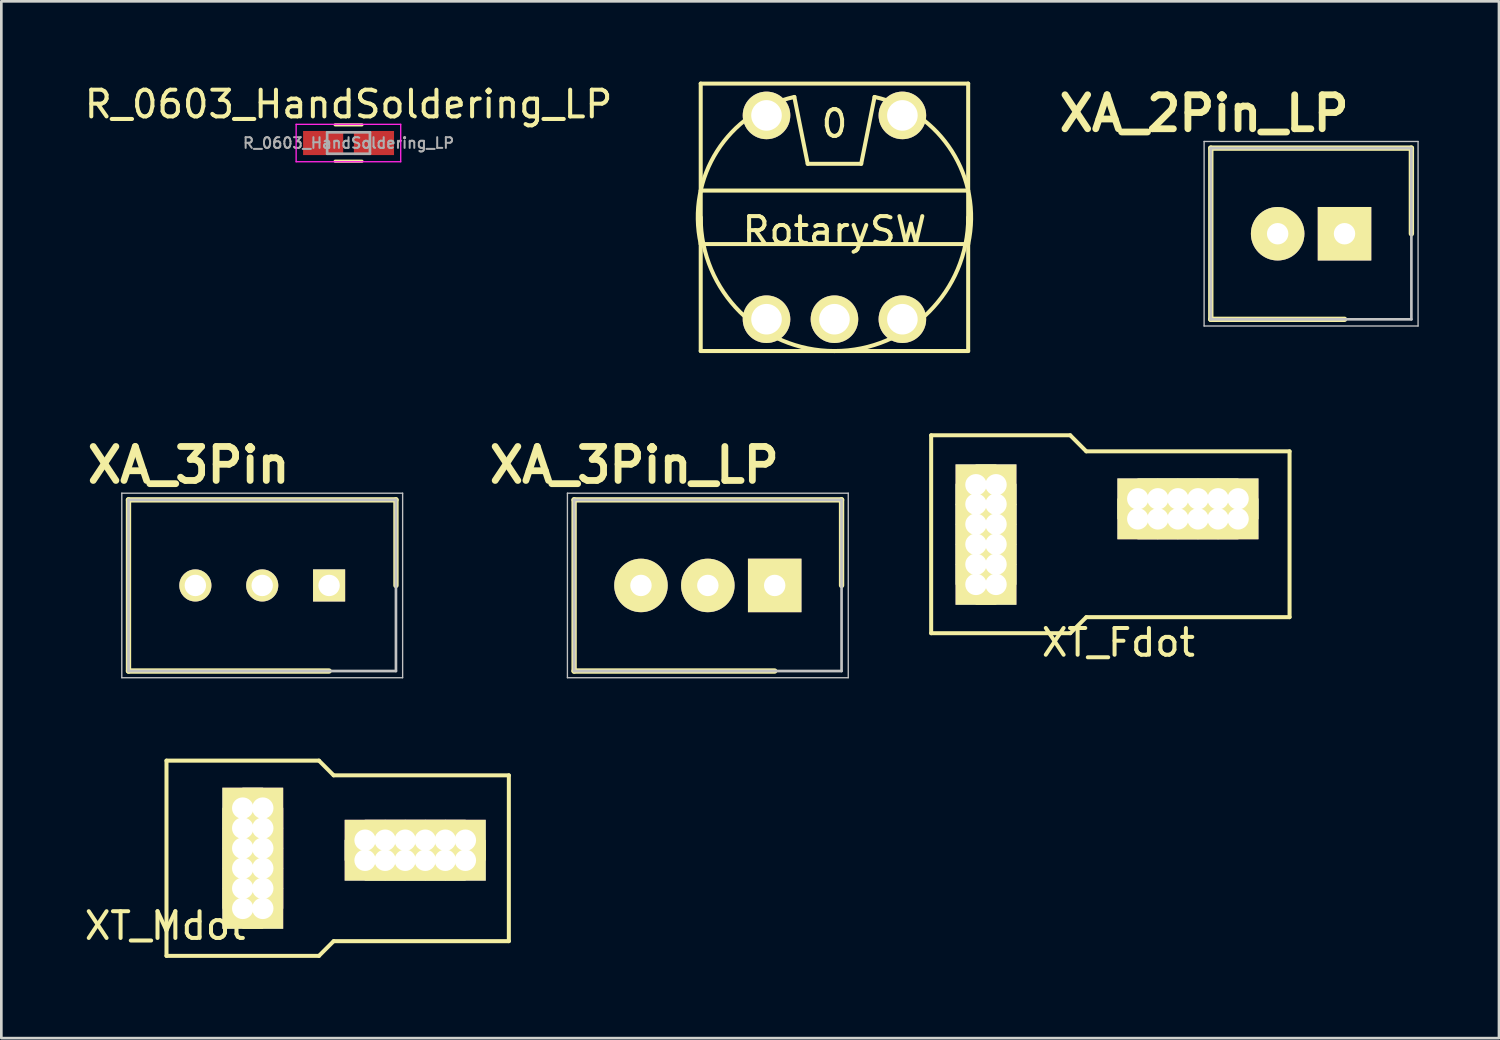
<source format=kicad_pcb>
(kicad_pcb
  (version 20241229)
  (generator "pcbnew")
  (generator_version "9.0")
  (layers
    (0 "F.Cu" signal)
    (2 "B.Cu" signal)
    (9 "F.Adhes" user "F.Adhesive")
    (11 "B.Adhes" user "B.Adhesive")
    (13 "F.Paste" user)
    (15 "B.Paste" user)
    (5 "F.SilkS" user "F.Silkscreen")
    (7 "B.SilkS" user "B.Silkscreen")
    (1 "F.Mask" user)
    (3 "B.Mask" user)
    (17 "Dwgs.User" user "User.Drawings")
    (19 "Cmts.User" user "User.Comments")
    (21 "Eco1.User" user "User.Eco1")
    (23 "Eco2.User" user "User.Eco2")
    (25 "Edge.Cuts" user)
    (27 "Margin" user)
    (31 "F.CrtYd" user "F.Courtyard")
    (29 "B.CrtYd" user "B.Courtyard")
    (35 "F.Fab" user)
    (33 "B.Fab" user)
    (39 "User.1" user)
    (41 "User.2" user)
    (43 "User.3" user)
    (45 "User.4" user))
  (footprint "XT_Mdot"
    (layer "F.Cu")
    (at 6.375 29.039)
    (property "Reference" "XT_Mdot" (at -3.25 2.525 0) (layer "F.SilkS") (effects (font (size 1 1) (thickness 0.15))))
    (attr through_hole)
    (fp_line (start -3.2 -3.65) (end -3.2 3.65) (stroke (width 0.15) (type solid)) (layer "F.SilkS"))
    (fp_line (start -3.2 3.65) (end 2.5 3.65) (stroke (width 0.15) (type solid)) (layer "F.SilkS"))
    (fp_line (start 2.5 -3.65) (end -3.2 -3.65) (stroke (width 0.15) (type solid)) (layer "F.SilkS"))
    (fp_line (start 2.5 3.65) (end 3.05 3.1) (stroke (width 0.15) (type solid)) (layer "F.SilkS"))
    (fp_line (start 3.05 -3.1) (end 2.5 -3.65) (stroke (width 0.15) (type solid)) (layer "F.SilkS"))
    (fp_line (start 3.05 3.1) (end 9.6 3.1) (stroke (width 0.15) (type solid)) (layer "F.SilkS"))
    (fp_line (start 9.6 -3.1) (end 3.05 -3.1) (stroke (width 0.15) (type solid)) (layer "F.SilkS"))
    (fp_line (start 9.6 3.1) (end 9.6 -3.1) (stroke (width 0.15) (type solid)) (layer "F.SilkS"))
    (pad "1" thru_hole rect (at -0.35 -1.875) (size 1.524 1.524) (drill 0.8) (layers "*.Cu" "*.Mask" "F.SilkS"))
    (pad "1" thru_hole rect (at -0.35 -1.125) (size 1.524 1.524) (drill 0.8) (layers "*.Cu" "*.Mask" "F.SilkS"))
    (pad "1" thru_hole rect (at -0.35 -0.375) (size 1.524 1.524) (drill 0.8) (layers "*.Cu" "*.Mask" "F.SilkS"))
    (pad "1" thru_hole rect (at -0.35 0.375) (size 1.524 1.524) (drill 0.8) (layers "*.Cu" "*.Mask" "F.SilkS"))
    (pad "1" thru_hole rect (at -0.35 1.125) (size 1.524 1.524) (drill 0.8) (layers "*.Cu" "*.Mask" "F.SilkS"))
    (pad "1" thru_hole rect (at -0.35 1.875) (size 1.524 1.524) (drill 0.8) (layers "*.Cu" "*.Mask" "F.SilkS"))
    (pad "1" thru_hole rect (at 0.4 -1.875) (size 1.524 1.524) (drill 0.8) (layers "*.Cu" "*.Mask" "F.SilkS"))
    (pad "1" thru_hole rect (at 0.4 -1.125) (size 1.524 1.524) (drill 0.8) (layers "*.Cu" "*.Mask" "F.SilkS"))
    (pad "1" thru_hole rect (at 0.4 -0.375) (size 1.524 1.524) (drill 0.8) (layers "*.Cu" "*.Mask" "F.SilkS"))
    (pad "1" thru_hole rect (at 0.4 0.375) (size 1.524 1.524) (drill 0.8) (layers "*.Cu" "*.Mask" "F.SilkS"))
    (pad "1" thru_hole rect (at 0.4 1.125) (size 1.524 1.524) (drill 0.8) (layers "*.Cu" "*.Mask" "F.SilkS"))
    (pad "1" thru_hole rect (at 0.4 1.875) (size 1.524 1.524) (drill 0.8) (layers "*.Cu" "*.Mask" "F.SilkS"))
    (pad "2" thru_hole rect (at 4.225 -0.675) (size 1.524 1.524) (drill 0.8) (layers "*.Cu" "*.Mask" "F.SilkS"))
    (pad "2" thru_hole rect (at 4.225 0.075) (size 1.524 1.524) (drill 0.8) (layers "*.Cu" "*.Mask" "F.SilkS"))
    (pad "2" thru_hole rect (at 4.975 -0.675) (size 1.524 1.524) (drill 0.8) (layers "*.Cu" "*.Mask" "F.SilkS"))
    (pad "2" thru_hole rect (at 4.975 0.075) (size 1.524 1.524) (drill 0.8) (layers "*.Cu" "*.Mask" "F.SilkS"))
    (pad "2" thru_hole rect (at 5.725 -0.675) (size 1.524 1.524) (drill 0.8) (layers "*.Cu" "*.Mask" "F.SilkS"))
    (pad "2" thru_hole rect (at 5.725 0.075) (size 1.524 1.524) (drill 0.8) (layers "*.Cu" "*.Mask" "F.SilkS"))
    (pad "2" thru_hole rect (at 6.475 -0.675) (size 1.524 1.524) (drill 0.8) (layers "*.Cu" "*.Mask" "F.SilkS"))
    (pad "2" thru_hole rect (at 6.475 0.075) (size 1.524 1.524) (drill 0.8) (layers "*.Cu" "*.Mask" "F.SilkS"))
    (pad "2" thru_hole rect (at 7.225 -0.675) (size 1.524 1.524) (drill 0.8) (layers "*.Cu" "*.Mask" "F.SilkS"))
    (pad "2" thru_hole rect (at 7.225 0.075) (size 1.524 1.524) (drill 0.8) (layers "*.Cu" "*.Mask" "F.SilkS"))
    (pad "2" thru_hole rect (at 7.975 -0.675) (size 1.524 1.524) (drill 0.8) (layers "*.Cu" "*.Mask" "F.SilkS"))
    (pad "2" thru_hole rect (at 7.975 0.075) (size 1.524 1.524) (drill 0.8) (layers "*.Cu" "*.Mask" "F.SilkS")))
  (footprint "XT_Fdot"
    (layer "F.Cu")
    (at 33.765 16.925)
    (property "Reference" "XT_Fdot" (at 5 4.05 180) (layer "F.SilkS") (effects (font (size 1 1) (thickness 0.15))))
    (attr through_hole)
    (fp_line (start -2 -3.7) (end 3.2 -3.7) (stroke (width 0.15) (type solid)) (layer "F.SilkS"))
    (fp_line (start -2 3.7) (end -2 -3.7) (stroke (width 0.15) (type solid)) (layer "F.SilkS"))
    (fp_line (start 3.2 -3.7) (end 3.8 -3.1) (stroke (width 0.15) (type solid)) (layer "F.SilkS"))
    (fp_line (start 3.2 3.7) (end -2 3.7) (stroke (width 0.15) (type solid)) (layer "F.SilkS"))
    (fp_line (start 3.8 -3.1) (end 11.4 -3.1) (stroke (width 0.15) (type solid)) (layer "F.SilkS"))
    (fp_line (start 3.8 3.1) (end 3.2 3.7) (stroke (width 0.15) (type solid)) (layer "F.SilkS"))
    (fp_line (start 11.4 -3.1) (end 11.4 3.1) (stroke (width 0.15) (type solid)) (layer "F.SilkS"))
    (fp_line (start 11.4 3.1) (end 3.8 3.1) (stroke (width 0.15) (type solid)) (layer "F.SilkS"))
    (pad "1" thru_hole rect (at -0.325 -1.85) (size 1.524 1.524) (drill 0.8) (layers "*.Cu" "*.Mask" "F.SilkS"))
    (pad "1" thru_hole rect (at -0.325 -1.125) (size 1.524 1.524) (drill 0.8) (layers "*.Cu" "*.Mask" "F.SilkS"))
    (pad "1" thru_hole rect (at -0.325 -0.375) (size 1.524 1.524) (drill 0.8) (layers "*.Cu" "*.Mask" "F.SilkS"))
    (pad "1" thru_hole rect (at -0.325 0.375) (size 1.524 1.524) (drill 0.8) (layers "*.Cu" "*.Mask" "F.SilkS"))
    (pad "1" thru_hole rect (at -0.325 1.125) (size 1.524 1.524) (drill 0.8) (layers "*.Cu" "*.Mask" "F.SilkS"))
    (pad "1" thru_hole rect (at -0.325 1.875) (size 1.524 1.524) (drill 0.8) (layers "*.Cu" "*.Mask" "F.SilkS"))
    (pad "1" thru_hole rect (at 0.425 -1.85) (size 1.524 1.524) (drill 0.8) (layers "*.Cu" "*.Mask" "F.SilkS"))
    (pad "1" thru_hole rect (at 0.425 -1.125) (size 1.524 1.524) (drill 0.8) (layers "*.Cu" "*.Mask" "F.SilkS"))
    (pad "1" thru_hole rect (at 0.425 -0.375) (size 1.524 1.524) (drill 0.8) (layers "*.Cu" "*.Mask" "F.SilkS"))
    (pad "1" thru_hole rect (at 0.425 0.375) (size 1.524 1.524) (drill 0.8) (layers "*.Cu" "*.Mask" "F.SilkS"))
    (pad "1" thru_hole rect (at 0.425 1.125) (size 1.524 1.524) (drill 0.8) (layers "*.Cu" "*.Mask" "F.SilkS"))
    (pad "1" thru_hole rect (at 0.425 1.875) (size 1.524 1.524) (drill 0.8) (layers "*.Cu" "*.Mask" "F.SilkS"))
    (pad "2" thru_hole rect (at 5.725 -1.325) (size 1.524 1.524) (drill 0.8) (layers "*.Cu" "*.Mask" "F.SilkS"))
    (pad "2" thru_hole rect (at 5.725 -0.575) (size 1.524 1.524) (drill 0.8) (layers "*.Cu" "*.Mask" "F.SilkS"))
    (pad "2" thru_hole rect (at 6.475 -1.325) (size 1.524 1.524) (drill 0.8) (layers "*.Cu" "*.Mask" "F.SilkS"))
    (pad "2" thru_hole rect (at 6.475 -0.575) (size 1.524 1.524) (drill 0.8) (layers "*.Cu" "*.Mask" "F.SilkS"))
    (pad "2" thru_hole rect (at 7.225 -1.325) (size 1.524 1.524) (drill 0.8) (layers "*.Cu" "*.Mask" "F.SilkS"))
    (pad "2" thru_hole rect (at 7.225 -0.575) (size 1.524 1.524) (drill 0.8) (layers "*.Cu" "*.Mask" "F.SilkS"))
    (pad "2" thru_hole rect (at 7.975 -1.325) (size 1.524 1.524) (drill 0.8) (layers "*.Cu" "*.Mask" "F.SilkS"))
    (pad "2" thru_hole rect (at 7.975 -0.575) (size 1.524 1.524) (drill 0.8) (layers "*.Cu" "*.Mask" "F.SilkS"))
    (pad "2" thru_hole rect (at 8.725 -1.325) (size 1.524 1.524) (drill 0.8) (layers "*.Cu" "*.Mask" "F.SilkS"))
    (pad "2" thru_hole rect (at 8.725 -0.575) (size 1.524 1.524) (drill 0.8) (layers "*.Cu" "*.Mask" "F.SilkS"))
    (pad "2" thru_hole rect (at 9.475 -1.325) (size 1.524 1.524) (drill 0.8) (layers "*.Cu" "*.Mask" "F.SilkS"))
    (pad "2" thru_hole rect (at 9.475 -0.575) (size 1.524 1.524) (drill 0.8) (layers "*.Cu" "*.Mask" "F.SilkS")))
  (footprint "XA_3Pin"
    (layer "F.Cu")
    (at 9.254 18.839)
    (property "Reference" "XA_3Pin" (at -5.25 -4.5 0) (layer "F.SilkS") (effects (font (size 1.27 1.27) (thickness 0.254))))
    (attr through_hole)
    (fp_line (start -7.5 -3.2) (end 2.5 -3.2) (stroke (width 0.2) (type solid)) (layer "F.SilkS"))
    (fp_line (start -7.5 3.2) (end -7.5 -3.2) (stroke (width 0.2) (type solid)) (layer "F.SilkS"))
    (fp_line (start 0 3.2) (end -7.5 3.2) (stroke (width 0.2) (type solid)) (layer "F.SilkS"))
    (fp_line (start 2.5 -3.2) (end 2.5 0) (stroke (width 0.2) (type solid)) (layer "F.SilkS"))
    (fp_line (start -7.75 -3.45) (end 2.75 -3.45) (stroke (width 0.05) (type solid)) (layer "Dwgs.User"))
    (fp_line (start -7.75 3.45) (end -7.75 -3.45) (stroke (width 0.05) (type solid)) (layer "Dwgs.User"))
    (fp_line (start -7.5 -3.2) (end 2.5 -3.2) (stroke (width 0.1) (type solid)) (layer "Dwgs.User"))
    (fp_line (start -7.5 3.2) (end -7.5 -3.2) (stroke (width 0.1) (type solid)) (layer "Dwgs.User"))
    (fp_line (start 2.5 -3.2) (end 2.5 3.2) (stroke (width 0.1) (type solid)) (layer "Dwgs.User"))
    (fp_line (start 2.5 3.2) (end -7.5 3.2) (stroke (width 0.1) (type solid)) (layer "Dwgs.User"))
    (fp_line (start 2.75 -3.45) (end 2.75 3.45) (stroke (width 0.05) (type solid)) (layer "Dwgs.User"))
    (fp_line (start 2.75 3.45) (end -7.75 3.45) (stroke (width 0.05) (type solid)) (layer "Dwgs.User"))
    (pad "1" thru_hole rect (at 0 0 90) (size 1.2 1.2) (drill 0.8) (layers "*.Cu" "*.Mask" "F.SilkS"))
    (pad "2" thru_hole circle (at -2.5 0 90) (size 1.2 1.2) (drill 0.8) (layers "*.Cu" "*.Mask" "F.SilkS"))
    (pad "3" thru_hole circle (at -5 0 90) (size 1.2 1.2) (drill 0.8) (layers "*.Cu" "*.Mask" "F.SilkS")))
  (footprint "XA_3Pin_LP"
    (layer "F.Cu")
    (at 25.915 18.839)
    (property "Reference" "XA_3Pin_LP" (at -5.25 -4.5 0) (layer "F.SilkS") (effects (font (size 1.27 1.27) (thickness 0.254))))
    (attr through_hole)
    (fp_line (start -7.5 -3.2) (end 2.5 -3.2) (stroke (width 0.2) (type solid)) (layer "F.SilkS"))
    (fp_line (start -7.5 3.2) (end -7.5 -3.2) (stroke (width 0.2) (type solid)) (layer "F.SilkS"))
    (fp_line (start 0 3.2) (end -7.5 3.2) (stroke (width 0.2) (type solid)) (layer "F.SilkS"))
    (fp_line (start 2.5 -3.2) (end 2.5 0) (stroke (width 0.2) (type solid)) (layer "F.SilkS"))
    (fp_line (start -7.75 -3.45) (end 2.75 -3.45) (stroke (width 0.05) (type solid)) (layer "Dwgs.User"))
    (fp_line (start -7.75 3.45) (end -7.75 -3.45) (stroke (width 0.05) (type solid)) (layer "Dwgs.User"))
    (fp_line (start -7.5 -3.2) (end 2.5 -3.2) (stroke (width 0.1) (type solid)) (layer "Dwgs.User"))
    (fp_line (start -7.5 3.2) (end -7.5 -3.2) (stroke (width 0.1) (type solid)) (layer "Dwgs.User"))
    (fp_line (start 2.5 -3.2) (end 2.5 3.2) (stroke (width 0.1) (type solid)) (layer "Dwgs.User"))
    (fp_line (start 2.5 3.2) (end -7.5 3.2) (stroke (width 0.1) (type solid)) (layer "Dwgs.User"))
    (fp_line (start 2.75 -3.45) (end 2.75 3.45) (stroke (width 0.05) (type solid)) (layer "Dwgs.User"))
    (fp_line (start 2.75 3.45) (end -7.75 3.45) (stroke (width 0.05) (type solid)) (layer "Dwgs.User"))
    (pad "1" thru_hole rect (at 0 0 90) (size 2 2) (drill 0.8) (layers "*.Cu" "*.Mask" "F.SilkS"))
    (pad "2" thru_hole circle (at -2.5 0 90) (size 2 2) (drill 0.8) (layers "*.Cu" "*.Mask" "F.SilkS"))
    (pad "3" thru_hole circle (at -5 0 90) (size 2 2) (drill 0.8) (layers "*.Cu" "*.Mask" "F.SilkS")))
  (footprint "R_0603_HandSoldering_LP"
    (layer "F.Cu")
    (at 9.982 2.298)
    (property "Reference" "R_0603_HandSoldering_LP" (at 0 -1.45 0) (layer "F.SilkS") (effects (font (size 1 1) (thickness 0.15))))
    (attr smd)
    (fp_line (start -0.5 -0.68) (end 0.5 -0.68) (stroke (width 0.12) (type solid)) (layer "F.SilkS"))
    (fp_line (start 0.5 0.68) (end -0.5 0.68) (stroke (width 0.12) (type solid)) (layer "F.SilkS"))
    (fp_line (start -1.96 -0.7) (end -1.96 0.7) (stroke (width 0.05) (type solid)) (layer "F.CrtYd"))
    (fp_line (start -1.96 -0.7) (end 1.95 -0.7) (stroke (width 0.05) (type solid)) (layer "F.CrtYd"))
    (fp_line (start 1.95 0.7) (end -1.96 0.7) (stroke (width 0.05) (type solid)) (layer "F.CrtYd"))
    (fp_line (start 1.95 0.7) (end 1.95 -0.7) (stroke (width 0.05) (type solid)) (layer "F.CrtYd"))
    (fp_line (start -0.8 -0.4) (end 0.8 -0.4) (stroke (width 0.1) (type solid)) (layer "F.Fab"))
    (fp_line (start -0.8 0.4) (end -0.8 -0.4) (stroke (width 0.1) (type solid)) (layer "F.Fab"))
    (fp_line (start 0.8 -0.4) (end 0.8 0.4) (stroke (width 0.1) (type solid)) (layer "F.Fab"))
    (fp_line (start 0.8 0.4) (end -0.8 0.4) (stroke (width 0.1) (type solid)) (layer "F.Fab"))
    (fp_text user "${REFERENCE}" (at 0 0 0) (layer "F.Fab") (effects (font (size 0.4 0.4) (thickness 0.075))))
    (pad "1" smd rect (at -0.95 0) (size 1.5 0.9) (layers "F.Cu" "F.Mask" "F.Paste"))
    (pad "2" smd rect (at 0.95 0) (size 1.5 0.9) (layers "F.Cu" "F.Mask" "F.Paste")))
  (footprint "XA_2Pin_LP"
    (layer "F.Cu")
    (at 47.22 5.689)
    (property "Reference" "XA_2Pin_LP" (at -5.25 -4.5 0) (layer "F.SilkS") (effects (font (size 1.27 1.27) (thickness 0.254))))
    (attr through_hole)
    (fp_line (start -5 -3.2) (end 2.5 -3.2) (stroke (width 0.2) (type solid)) (layer "F.SilkS"))
    (fp_line (start -5 3.2) (end -5 -3.2) (stroke (width 0.2) (type solid)) (layer "F.SilkS"))
    (fp_line (start 0 3.2) (end -5 3.2) (stroke (width 0.2) (type solid)) (layer "F.SilkS"))
    (fp_line (start 2.5 -3.2) (end 2.5 0) (stroke (width 0.2) (type solid)) (layer "F.SilkS"))
    (fp_line (start -5.25 -3.45) (end 2.75 -3.45) (stroke (width 0.05) (type solid)) (layer "Dwgs.User"))
    (fp_line (start -5.25 3.45) (end -5.25 -3.45) (stroke (width 0.05) (type solid)) (layer "Dwgs.User"))
    (fp_line (start -5 -3.2) (end 2.5 -3.2) (stroke (width 0.1) (type solid)) (layer "Dwgs.User"))
    (fp_line (start -5 3.2) (end -5 -3.2) (stroke (width 0.1) (type solid)) (layer "Dwgs.User"))
    (fp_line (start 2.5 -3.2) (end 2.5 3.2) (stroke (width 0.1) (type solid)) (layer "Dwgs.User"))
    (fp_line (start 2.5 3.2) (end -5 3.2) (stroke (width 0.1) (type solid)) (layer "Dwgs.User"))
    (fp_line (start 2.75 -3.45) (end 2.75 3.45) (stroke (width 0.05) (type solid)) (layer "Dwgs.User"))
    (fp_line (start 2.75 3.45) (end -5.25 3.45) (stroke (width 0.05) (type solid)) (layer "Dwgs.User"))
    (pad "1" thru_hole rect (at 0 0 90) (size 2 2) (drill 0.8) (layers "*.Cu" "*.Mask" "F.SilkS"))
    (pad "2" thru_hole circle (at -2.5 0 90) (size 2 2) (drill 0.8) (layers "*.Cu" "*.Mask" "F.SilkS")))
  (footprint "RotarySW"
    (layer "F.Cu")
    (at 28.149 5.075)
    (property "Reference" "RotarySW" (at 0 0.5 0) (layer "F.SilkS") (effects (font (size 1 1) (thickness 0.15))))
    (attr through_hole)
    (fp_line (start -5 -5) (end -5 5) (stroke (width 0.15) (type solid)) (layer "F.SilkS"))
    (fp_line (start -5 1) (end 5 1) (stroke (width 0.15) (type solid)) (layer "F.SilkS"))
    (fp_line (start -5 5) (end 5 5) (stroke (width 0.15) (type solid)) (layer "F.SilkS"))
    (fp_line (start -1.5 -4.5) (end -1 -2) (stroke (width 0.15) (type solid)) (layer "F.SilkS"))
    (fp_line (start -1 -2) (end 1 -2) (stroke (width 0.15) (type solid)) (layer "F.SilkS"))
    (fp_line (start 1 -2) (end 1.5 -4.5) (stroke (width 0.15) (type solid)) (layer "F.SilkS"))
    (fp_line (start 5 -5) (end -5 -5) (stroke (width 0.15) (type solid)) (layer "F.SilkS"))
    (fp_line (start 5 -1) (end -5 -1) (stroke (width 0.15) (type solid)) (layer "F.SilkS"))
    (fp_line (start 5 5) (end 5 -5) (stroke (width 0.15) (type solid)) (layer "F.SilkS"))
    (fp_arc (start -5 1) (mid -4.389087 -2.474874) (end -1.5 -4.5) (stroke (width 0.15) (type solid)) (layer "F.SilkS"))
    (fp_arc (start 0 5) (mid -3.535534 3.535534) (end -5 0) (stroke (width 0.15) (type solid)) (layer "F.SilkS"))
    (fp_arc (start 1.5 -4.5) (mid 4.389087 -2.474874) (end 5 1) (stroke (width 0.15) (type solid)) (layer "F.SilkS"))
    (fp_arc (start 5 0) (mid 3.535534 3.535534) (end 0 5) (stroke (width 0.15) (type solid)) (layer "F.SilkS"))
    (fp_text user "0" (at 0 -3.5 0) (layer "F.SilkS") (effects (font (size 1 1) (thickness 0.15))))
    (pad "1" thru_hole circle (at -2.54 -3.81) (size 1.778 1.778) (drill 1.143) (layers "*.Cu" "*.Mask" "F.SilkS"))
    (pad "2" thru_hole circle (at 2.54 -3.81) (size 1.778 1.778) (drill 1.143) (layers "*.Cu" "*.Mask" "F.SilkS"))
    (pad "3" thru_hole circle (at 2.54 3.81) (size 1.778 1.778) (drill 1.143) (layers "*.Cu" "*.Mask" "F.SilkS"))
    (pad "4" thru_hole circle (at 0 3.81) (size 1.778 1.778) (drill 1.143) (layers "*.Cu" "*.Mask" "F.SilkS"))
    (pad "5" thru_hole circle (at -2.54 3.81) (size 1.778 1.778) (drill 1.143) (layers "*.Cu" "*.Mask" "F.SilkS")))
  (gr_rect
    (start -3 -3)
    (end 52.995 35.764)
    (stroke (width 0.1) (type default))
    (fill no)
    (layer "Edge.Cuts")))
</source>
